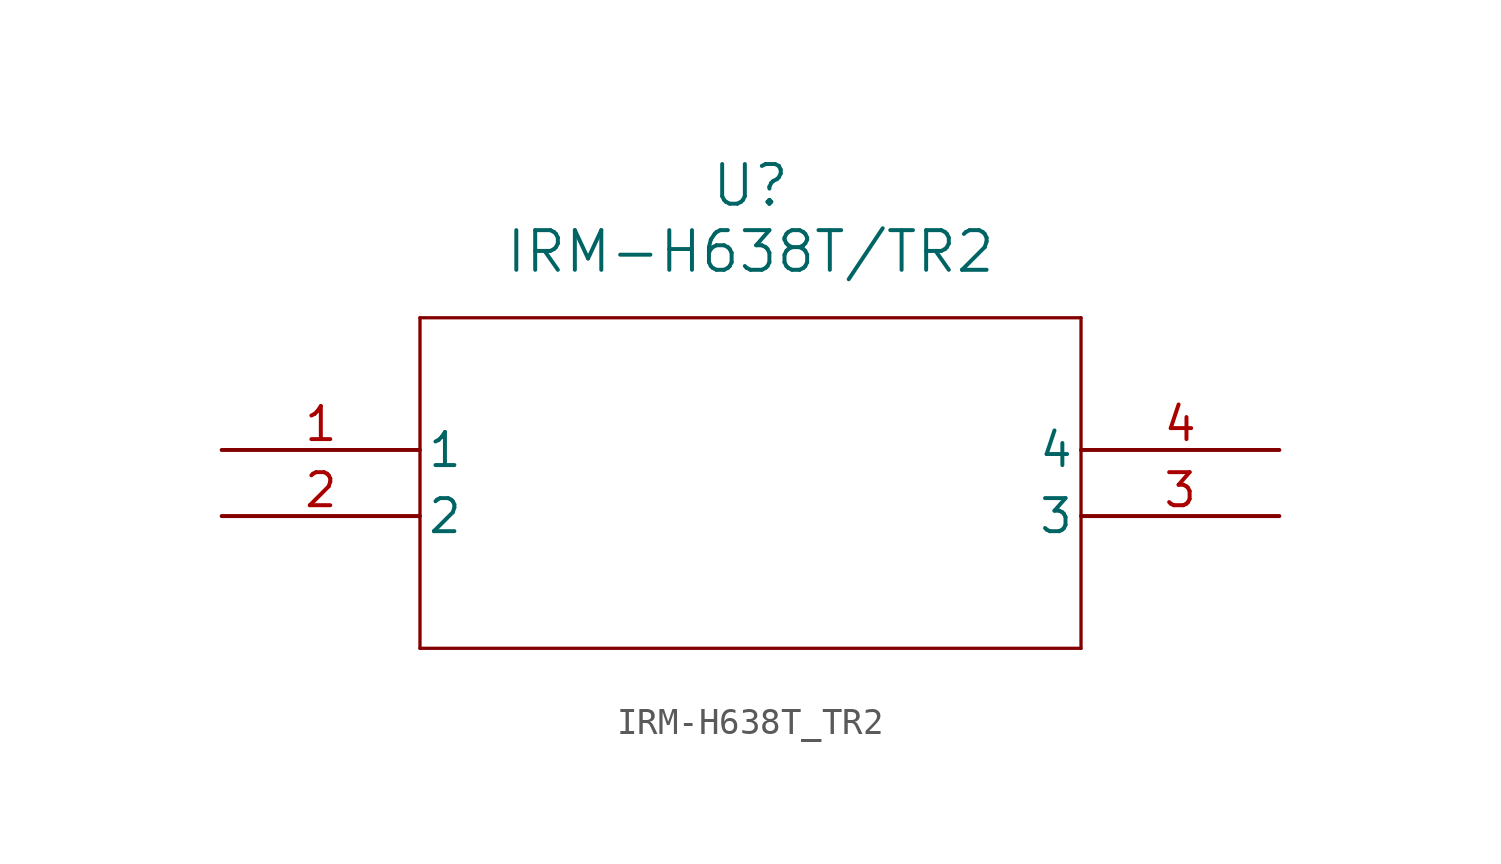
<source format=kicad_sym>
(kicad_symbol_lib
  (version 20211014)
  (generator kicad_symbol_editor)
  (symbol "IRM-H638T_TR2"
    (pin_names
      (offset 0.254))
    (property "Reference" "U"
      (at 20.32 10.16 0)
      (effects (font (size 1.524 1.524))))
    (property "Value" "IRM-H638T/TR2"
      (at 20.32 7.62 0)
      (effects (font (size 1.524 1.524))))
    (symbol "IRM-H638T_TR2_0_1"
      (polyline (pts (xy 7.62 5.08) (xy 7.62 -7.62)) (stroke (width 0.127) (type default) (color 0 0 0 0)) (fill (type none)))
      (polyline (pts (xy 7.62 -7.62) (xy 33.02 -7.62)) (stroke (width 0.127) (type default) (color 0 0 0 0)) (fill (type none)))
      (polyline (pts (xy 33.02 -7.62) (xy 33.02 5.08)) (stroke (width 0.127) (type default) (color 0 0 0 0)) (fill (type none)))
      (polyline (pts (xy 33.02 5.08) (xy 7.62 5.08)) (stroke (width 0.127) (type default) (color 0 0 0 0)) (fill (type none)))
      (pin unspecified line (at 0 0 0) (length 7.62) (name "1" (effects (font (size 1.27 1.27)))) (number "1" (effects (font (size 1.27 1.27)))))
      (pin unspecified line (at 0 -2.54 0) (length 7.62) (name "2" (effects (font (size 1.27 1.27)))) (number "2" (effects (font (size 1.27 1.27)))))
      (pin unspecified line (at 40.64 -2.54 180) (length 7.62) (name "3" (effects (font (size 1.27 1.27)))) (number "3" (effects (font (size 1.27 1.27)))))
      (pin unspecified line (at 40.64 0 180) (length 7.62) (name "4" (effects (font (size 1.27 1.27)))) (number "4" (effects (font (size 1.27 1.27))))))))
</source>
